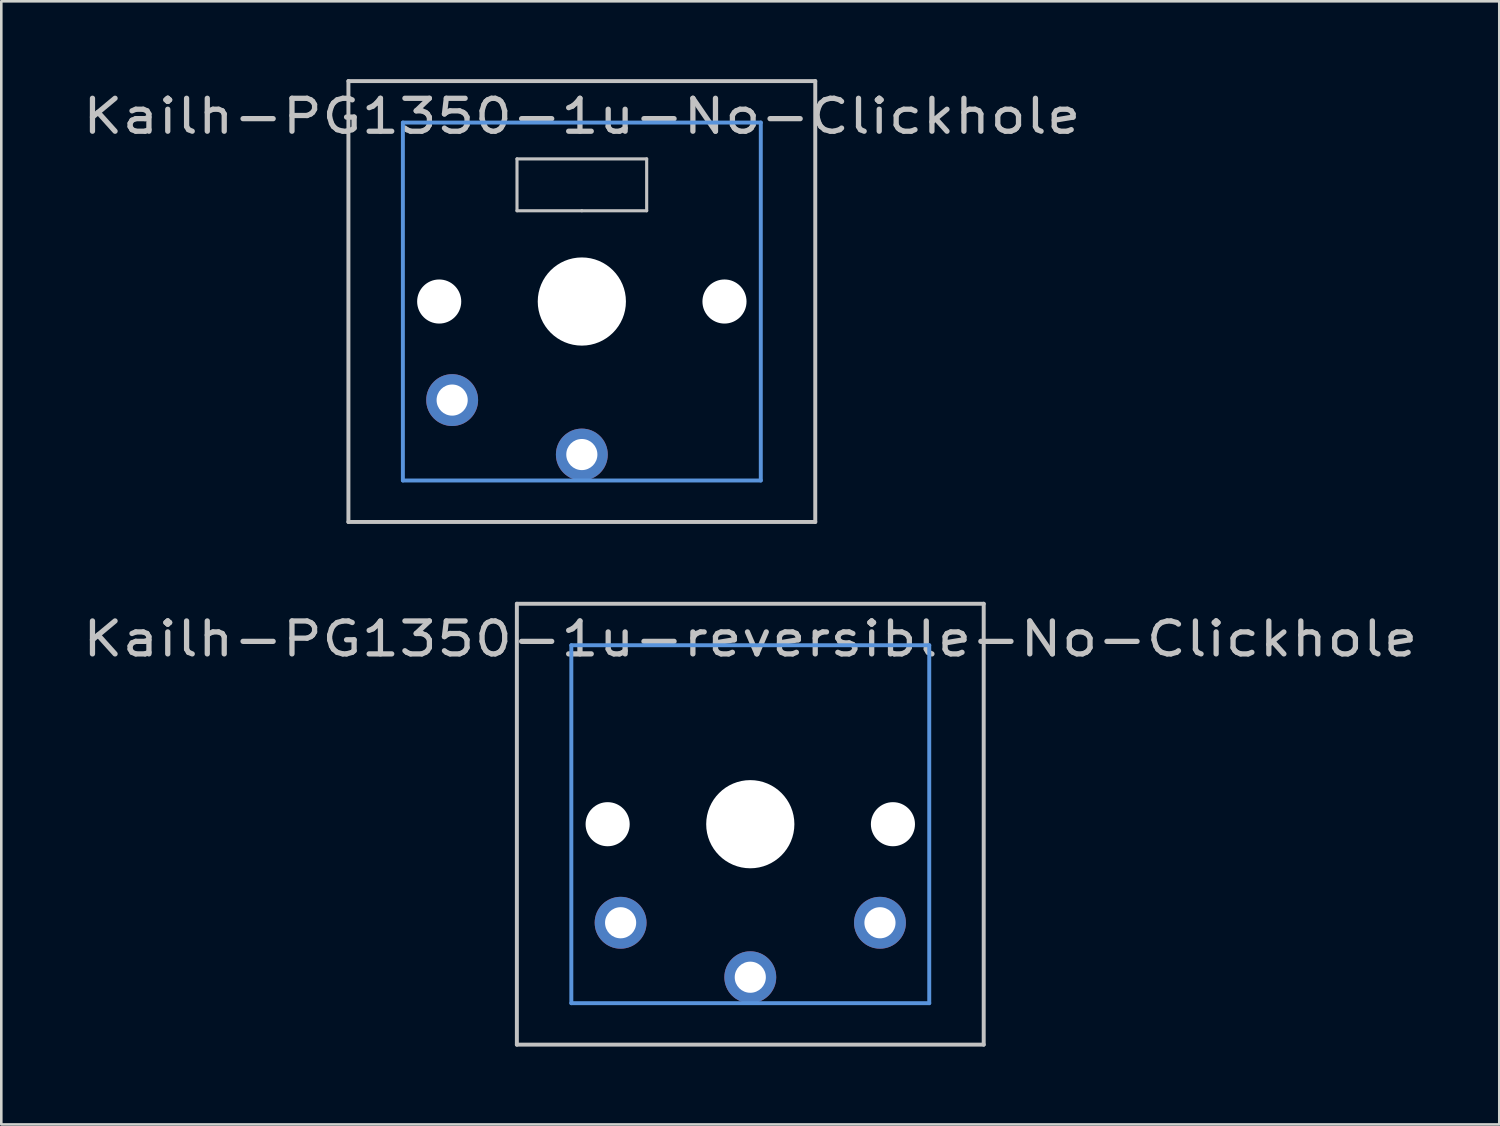
<source format=kicad_pcb>
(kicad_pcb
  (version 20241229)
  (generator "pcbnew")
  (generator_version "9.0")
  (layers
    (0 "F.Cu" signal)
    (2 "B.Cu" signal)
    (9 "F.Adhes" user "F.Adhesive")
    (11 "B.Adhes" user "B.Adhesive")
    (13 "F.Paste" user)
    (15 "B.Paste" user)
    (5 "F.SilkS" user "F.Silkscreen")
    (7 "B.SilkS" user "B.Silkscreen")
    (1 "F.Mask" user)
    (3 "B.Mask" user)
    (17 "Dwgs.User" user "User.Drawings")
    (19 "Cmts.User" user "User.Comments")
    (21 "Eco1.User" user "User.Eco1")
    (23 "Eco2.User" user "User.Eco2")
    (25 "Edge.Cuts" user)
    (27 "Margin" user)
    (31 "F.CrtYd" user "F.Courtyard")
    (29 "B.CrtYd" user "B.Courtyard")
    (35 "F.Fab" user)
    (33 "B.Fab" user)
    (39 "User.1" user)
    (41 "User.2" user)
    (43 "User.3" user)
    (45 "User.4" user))
  (footprint "Kailh-PG1350-1u-reversible-No-Clickhole"
    (layer "F.Cu")
    (at 25.879 28.729)
    (property "Reference" "Kailh-PG1350-1u-reversible-No-Clickhole" (at 0 -7.144 180) (layer "Dwgs.User") (effects (font (size 1.27 1.524) (thickness 0.203))))
    (attr through_hole)
    (fp_line (start -9 -8.5) (end 9 -8.5) (stroke (width 0.152) (type solid)) (layer "Dwgs.User"))
    (fp_line (start -9 8.5) (end -9 -8.5) (stroke (width 0.152) (type solid)) (layer "Dwgs.User"))
    (fp_line (start 9 -8.5) (end 9 8.5) (stroke (width 0.152) (type solid)) (layer "Dwgs.User"))
    (fp_line (start 9 8.5) (end -9 8.5) (stroke (width 0.152) (type solid)) (layer "Dwgs.User"))
    (fp_line (start -6.9 -6.9) (end 6.9 -6.9) (stroke (width 0.152) (type solid)) (layer "Cmts.User"))
    (fp_line (start -6.9 6.9) (end -6.9 -6.9) (stroke (width 0.152) (type solid)) (layer "Cmts.User"))
    (fp_line (start 6.9 -6.9) (end 6.9 6.9) (stroke (width 0.152) (type solid)) (layer "Cmts.User"))
    (fp_line (start 6.9 6.9) (end -6.9 6.9) (stroke (width 0.152) (type solid)) (layer "Cmts.User"))
    (fp_line (start -7.5 -7.5) (end 7.5 -7.5) (stroke (width 0.152) (type solid)) (layer "Eco2.User"))
    (fp_line (start -7.5 7.5) (end -7.5 -7.5) (stroke (width 0.152) (type solid)) (layer "Eco2.User"))
    (fp_line (start 7.5 -7.5) (end 7.5 7.5) (stroke (width 0.152) (type solid)) (layer "Eco2.User"))
    (fp_line (start 7.5 7.5) (end -7.5 7.5) (stroke (width 0.152) (type solid)) (layer "Eco2.User"))
    (pad "" np_thru_hole circle (at -5.5 0 180) (size 1.7 1.7) (drill 1.7) (layers "*.Cu" "*.Mask"))
    (pad "" np_thru_hole circle (at 0 0 180) (size 3.4 3.4) (drill 3.4) (layers "*.Cu" "*.Mask"))
    (pad "" np_thru_hole circle (at 5.5 0 180) (size 1.7 1.7) (drill 1.7) (layers "*.Cu" "*.Mask"))
    (pad "1" thru_hole circle (at 0 5.9 180) (size 2 2) (drill 1.2) (layers "*.Cu" "*.Mask"))
    (pad "2" thru_hole circle (at -5 3.8 41.9) (size 2 2) (drill 1.2) (layers "*.Cu" "*.Mask"))
    (pad "2" thru_hole circle (at 5 3.8 41.9) (size 2 2) (drill 1.2) (layers "*.Cu" "*.Mask")))
  (footprint "Kailh-PG1350-1u-No-Clickhole"
    (layer "F.Cu")
    (at 19.384 8.576)
    (property "Reference" "Kailh-PG1350-1u-No-Clickhole" (at 0 -7.144 180) (layer "Dwgs.User") (effects (font (size 1.27 1.524) (thickness 0.203))))
    (attr through_hole)
    (fp_line (start -9 -8.5) (end 9 -8.5) (stroke (width 0.152) (type solid)) (layer "Dwgs.User"))
    (fp_line (start -9 8.5) (end -9 -8.5) (stroke (width 0.152) (type solid)) (layer "Dwgs.User"))
    (fp_line (start -2.5 -5.5) (end -2.5 -3.5) (stroke (width 0.12) (type solid)) (layer "Dwgs.User"))
    (fp_line (start -2.5 -3.5) (end 0 -3.5) (stroke (width 0.12) (type solid)) (layer "Dwgs.User"))
    (fp_line (start 0 -3.5) (end 2.5 -3.5) (stroke (width 0.12) (type solid)) (layer "Dwgs.User"))
    (fp_line (start 2.5 -5.5) (end -2.5 -5.5) (stroke (width 0.12) (type solid)) (layer "Dwgs.User"))
    (fp_line (start 2.5 -3.5) (end 2.5 -5.5) (stroke (width 0.12) (type solid)) (layer "Dwgs.User"))
    (fp_line (start 9 -8.5) (end 9 8.5) (stroke (width 0.152) (type solid)) (layer "Dwgs.User"))
    (fp_line (start 9 8.5) (end -9 8.5) (stroke (width 0.152) (type solid)) (layer "Dwgs.User"))
    (fp_line (start -6.9 -6.9) (end 6.9 -6.9) (stroke (width 0.152) (type solid)) (layer "Cmts.User"))
    (fp_line (start -6.9 6.9) (end -6.9 -6.9) (stroke (width 0.152) (type solid)) (layer "Cmts.User"))
    (fp_line (start 6.9 -6.9) (end 6.9 6.9) (stroke (width 0.152) (type solid)) (layer "Cmts.User"))
    (fp_line (start 6.9 6.9) (end -6.9 6.9) (stroke (width 0.152) (type solid)) (layer "Cmts.User"))
    (fp_line (start -7.5 -7.5) (end 7.5 -7.5) (stroke (width 0.152) (type solid)) (layer "Eco2.User"))
    (fp_line (start -7.5 7.5) (end -7.5 -7.5) (stroke (width 0.152) (type solid)) (layer "Eco2.User"))
    (fp_line (start 7.5 -7.5) (end 7.5 7.5) (stroke (width 0.152) (type solid)) (layer "Eco2.User"))
    (fp_line (start 7.5 7.5) (end -7.5 7.5) (stroke (width 0.152) (type solid)) (layer "Eco2.User"))
    (pad "" np_thru_hole circle (at -5.5 0 180) (size 1.7 1.7) (drill 1.7) (layers "*.Cu" "*.Mask"))
    (pad "" np_thru_hole circle (at 0 0 180) (size 3.4 3.4) (drill 3.4) (layers "*.Cu" "*.Mask"))
    (pad "" np_thru_hole circle (at 5.5 0 180) (size 1.7 1.7) (drill 1.7) (layers "*.Cu" "*.Mask"))
    (pad "1" thru_hole circle (at 0 5.9 180) (size 2 2) (drill 1.2) (layers "*.Cu" "*.Mask"))
    (pad "2" thru_hole circle (at -5 3.8 41.9) (size 2 2) (drill 1.2) (layers "*.Cu" "*.Mask")))
  (gr_rect
    (start -3 -3)
    (end 54.758 40.305)
    (stroke (width 0.1) (type default))
    (fill no)
    (layer "Edge.Cuts")))
</source>
